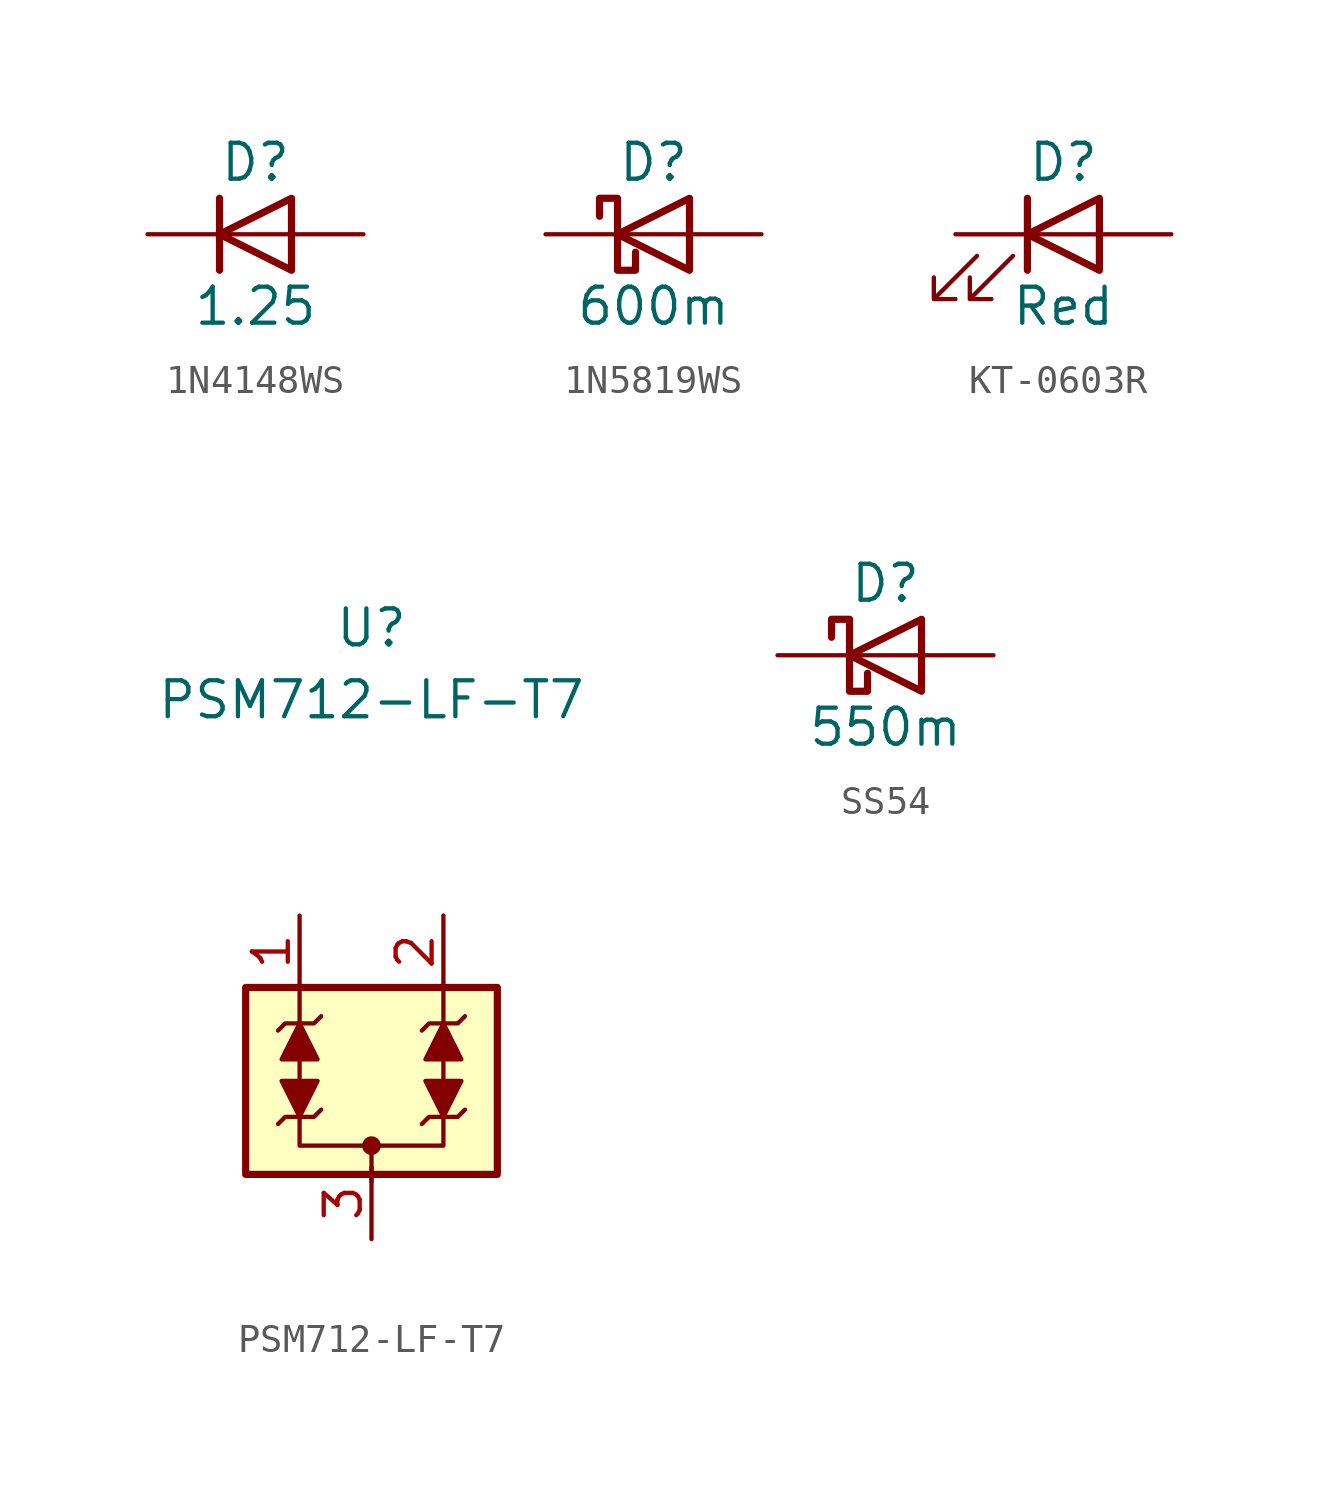
<source format=kicad_sym>
(kicad_symbol_lib
  (version 20241209)
  (generator "kicad_symbol_editor")
  (generator_version "9.0")
  (symbol "1N4148WS"
    (pin_numbers
      (hide yes))
    (pin_names
      (offset 1.016)
      (hide yes))
    (property "Reference" "D"
      (at 0 2.54 0)
      (effects (font (size 1.27 1.27))))
    (property "Value" "1.25"
      (at 0 -2.54 0)
      (effects (font (size 1.27 1.27))))
    (symbol "1N4148WS_0_1"
      (polyline (pts (xy -1.27 1.27) (xy -1.27 1.27) (xy -1.27 1.27) (xy -1.27 -1.27) (xy -1.27 -1.27) (xy -1.27 -1.27)) (stroke (width 0.254) (type default)) (fill (type none)))
      (polyline (pts (xy 1.27 1.27) (xy 1.27 -1.27) (xy -1.27 0) (xy 1.27 1.27)) (stroke (width 0.254) (type default)) (fill (type none)))
      (polyline (pts (xy 1.27 0) (xy -1.27 0)) (stroke (width 0) (type default)) (fill (type none))))
    (symbol "1N4148WS_1_1"
      (pin passive line (at -3.81 0 0) (length 2.54) (name "K" (effects (font (size 1.27 1.27)))) (number "1" (effects (font (size 1.27 1.27)))))
      (pin passive line (at 3.81 0 180) (length 2.54) (name "A" (effects (font (size 1.27 1.27)))) (number "2" (effects (font (size 1.27 1.27)))))))
  (symbol "1N5819WS"
    (pin_numbers
      (hide yes))
    (pin_names
      (offset 1.016)
      (hide yes))
    (property "Reference" "D"
      (at 0 2.54 0)
      (effects (font (size 1.27 1.27))))
    (property "Value" "600m"
      (at 0 -2.54 0)
      (effects (font (size 1.27 1.27))))
    (symbol "1N5819WS_0_1"
      (polyline (pts (xy -1.905 0.635) (xy -1.905 1.27) (xy -1.27 1.27) (xy -1.27 -1.27) (xy -0.635 -1.27) (xy -0.635 -0.635)) (stroke (width 0.254) (type default)) (fill (type none)))
      (polyline (pts (xy 1.27 1.27) (xy 1.27 -1.27) (xy -1.27 0) (xy 1.27 1.27)) (stroke (width 0.254) (type default)) (fill (type none)))
      (polyline (pts (xy 1.27 0) (xy -1.27 0)) (stroke (width 0) (type default)) (fill (type none))))
    (symbol "1N5819WS_1_1"
      (pin passive line (at -3.81 0 0) (length 2.54) (name "K" (effects (font (size 1.27 1.27)))) (number "1" (effects (font (size 1.27 1.27)))))
      (pin passive line (at 3.81 0 180) (length 2.54) (name "A" (effects (font (size 1.27 1.27)))) (number "2" (effects (font (size 1.27 1.27)))))))
  (symbol "KT-0603R"
    (pin_numbers
      (hide yes))
    (pin_names
      (offset 1.016)
      (hide yes))
    (property "Reference" "D"
      (at 0 2.54 0)
      (effects (font (size 1.27 1.27))))
    (property "Value" "Red"
      (at 0 -2.54 0)
      (effects (font (size 1.27 1.27))))
    (symbol "KT-0603R_0_1"
      (polyline (pts (xy -3.048 -0.762) (xy -4.572 -2.286) (xy -3.81 -2.286) (xy -4.572 -2.286) (xy -4.572 -1.524)) (stroke (width 0) (type default)) (fill (type none)))
      (polyline (pts (xy -1.778 -0.762) (xy -3.302 -2.286) (xy -2.54 -2.286) (xy -3.302 -2.286) (xy -3.302 -1.524)) (stroke (width 0) (type default)) (fill (type none)))
      (polyline (pts (xy -1.27 0) (xy 1.27 0)) (stroke (width 0) (type default)) (fill (type none)))
      (polyline (pts (xy -1.27 -1.27) (xy -1.27 1.27)) (stroke (width 0.254) (type default)) (fill (type none)))
      (polyline (pts (xy 1.27 -1.27) (xy 1.27 1.27) (xy -1.27 0) (xy 1.27 -1.27)) (stroke (width 0.254) (type default)) (fill (type none))))
    (symbol "KT-0603R_1_1"
      (pin passive line (at -3.81 0 0) (length 2.54) (name "K" (effects (font (size 1.27 1.27)))) (number "1" (effects (font (size 1.27 1.27)))))
      (pin passive line (at 3.81 0 180) (length 2.54) (name "A" (effects (font (size 1.27 1.27)))) (number "2" (effects (font (size 1.27 1.27)))))))
  (symbol "PSM712-LF-T7"
    (property "Reference" "U"
      (at 0 13.97 0)
      (effects (font (size 1.27 1.27))))
    (property "Value" "PSM712-LF-T7"
      (at 0 11.43 0)
      (effects (font (size 1.27 1.27))))
    (symbol "PSM712-LF-T7_0_1"
      (rectangle (start -4.445 1.27) (end 4.445 -5.334) (stroke (width 0.254) (type default)) (fill (type background)))
      (polyline (pts (xy -3.302 -0.254) (xy -3.048 0) (xy -2.032 0) (xy -1.778 0.254)) (stroke (width 0) (type default)) (fill (type none)))
      (polyline (pts (xy -2.54 1.27) (xy -2.54 0)) (stroke (width 0) (type default)) (fill (type none)))
      (polyline (pts (xy -2.54 -2.54) (xy -2.54 -4.318) (xy 2.54 -4.318) (xy 2.54 -2.54)) (stroke (width 0) (type default)) (fill (type none)))
      (polyline (pts (xy -1.778 -3.048) (xy -2.032 -3.302) (xy -3.048 -3.302) (xy -3.302 -3.556)) (stroke (width 0) (type default)) (fill (type none)))
      (polyline (pts (xy 0 -4.318) (xy 0 -5.588)) (stroke (width 0) (type default)) (fill (type none)))
      (circle (center 0 -4.318) (radius 0.254) (stroke (width 0) (type default)) (fill (type outline)))
      (polyline (pts (xy 1.778 -0.254) (xy 2.032 0) (xy 3.048 0) (xy 3.302 0.254)) (stroke (width 0) (type default)) (fill (type none)))
      (polyline (pts (xy 2.54 1.27) (xy 2.54 0)) (stroke (width 0) (type default)) (fill (type none)))
      (polyline (pts (xy 3.302 -3.048) (xy 3.048 -3.302) (xy 2.032 -3.302) (xy 1.778 -3.556)) (stroke (width 0) (type default)) (fill (type none))))
    (symbol "PSM712-LF-T7_1_0"
      (pin passive line (at 0 -7.62 90) (length 2.54) (name "" (effects (font (size 1.27 1.27)))) (number "3" (effects (font (size 1.27 1.27))))))
    (symbol "PSM712-LF-T7_1_1"
      (polyline (pts (xy -2.54 0) (xy -1.905 -1.27) (xy -3.175 -1.27) (xy -2.54 0)) (stroke (width 0) (type default)) (fill (type outline)))
      (polyline (pts (xy -2.54 -1.27) (xy -2.54 -2.032)) (stroke (width 0) (type default)) (fill (type none)))
      (polyline (pts (xy -2.54 -3.302) (xy -1.905 -2.032) (xy -3.175 -2.032) (xy -2.54 -3.302)) (stroke (width 0) (type default)) (fill (type outline)))
      (polyline (pts (xy 2.54 0) (xy 1.905 -1.27) (xy 3.175 -1.27) (xy 2.54 0)) (stroke (width 0) (type default)) (fill (type outline)))
      (polyline (pts (xy 2.54 -1.27) (xy 2.54 -2.032)) (stroke (width 0) (type default)) (fill (type none)))
      (polyline (pts (xy 2.54 -3.302) (xy 1.905 -2.032) (xy 3.175 -2.032) (xy 2.54 -3.302)) (stroke (width 0) (type default)) (fill (type outline)))
      (pin passive line (at -2.54 3.81 270) (length 2.54) (name "" (effects (font (size 1.27 1.27)))) (number "1" (effects (font (size 1.27 1.27)))))
      (pin passive line (at 2.54 3.81 270) (length 2.54) (name "" (effects (font (size 1.27 1.27)))) (number "2" (effects (font (size 1.27 1.27)))))))
  (symbol "SS54"
    (pin_numbers
      (hide yes))
    (pin_names
      (offset 1.016)
      (hide yes))
    (property "Reference" "D"
      (at 0 2.54 0)
      (effects (font (size 1.27 1.27))))
    (property "Value" "550m"
      (at 0 -2.54 0)
      (effects (font (size 1.27 1.27))))
    (symbol "SS54_0_1"
      (polyline (pts (xy -1.905 0.635) (xy -1.905 1.27) (xy -1.27 1.27) (xy -1.27 -1.27) (xy -0.635 -1.27) (xy -0.635 -0.635)) (stroke (width 0.254) (type default)) (fill (type none)))
      (polyline (pts (xy 1.27 1.27) (xy 1.27 -1.27) (xy -1.27 0) (xy 1.27 1.27)) (stroke (width 0.254) (type default)) (fill (type none)))
      (polyline (pts (xy 1.27 0) (xy -1.27 0)) (stroke (width 0) (type default)) (fill (type none))))
    (symbol "SS54_1_1"
      (pin passive line (at -3.81 0 0) (length 2.54) (name "K" (effects (font (size 1.27 1.27)))) (number "1" (effects (font (size 1.27 1.27)))))
      (pin passive line (at 3.81 0 180) (length 2.54) (name "A" (effects (font (size 1.27 1.27)))) (number "2" (effects (font (size 1.27 1.27))))))))
</source>
